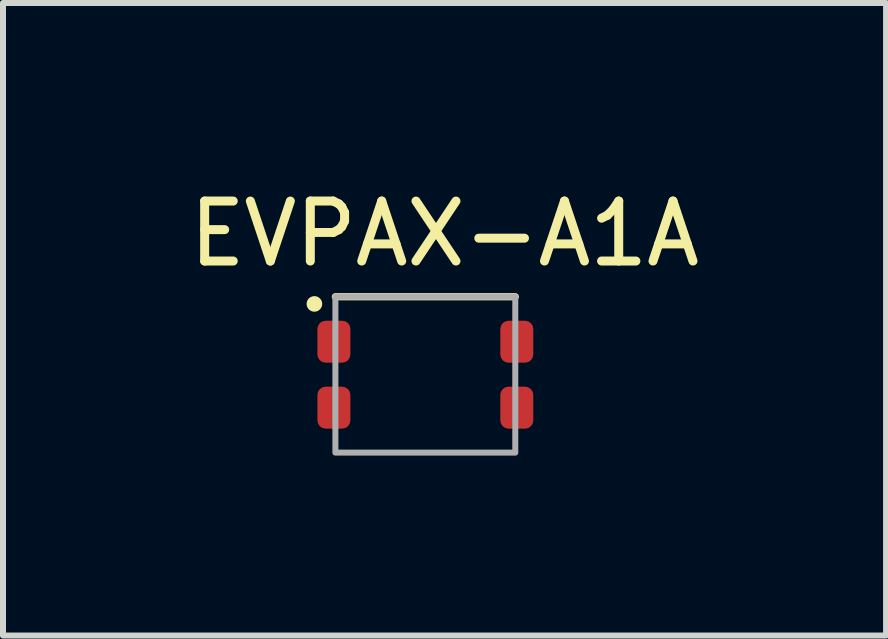
<source format=kicad_pcb>
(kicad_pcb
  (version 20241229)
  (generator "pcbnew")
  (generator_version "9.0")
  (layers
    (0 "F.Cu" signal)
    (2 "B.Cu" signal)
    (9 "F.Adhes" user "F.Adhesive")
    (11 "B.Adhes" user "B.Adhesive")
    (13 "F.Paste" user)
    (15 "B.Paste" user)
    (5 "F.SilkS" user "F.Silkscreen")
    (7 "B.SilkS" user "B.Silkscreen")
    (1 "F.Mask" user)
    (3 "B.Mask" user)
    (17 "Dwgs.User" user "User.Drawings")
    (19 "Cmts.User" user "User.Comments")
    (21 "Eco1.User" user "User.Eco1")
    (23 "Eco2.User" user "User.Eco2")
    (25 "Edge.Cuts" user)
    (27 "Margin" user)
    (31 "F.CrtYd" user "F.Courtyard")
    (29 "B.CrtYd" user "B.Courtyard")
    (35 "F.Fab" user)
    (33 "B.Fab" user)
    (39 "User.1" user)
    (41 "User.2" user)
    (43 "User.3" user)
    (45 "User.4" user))
  (footprint "EVPAX-A1A"
    (layer "F.Cu")
    (at 4.043 3.198)
    (property "Reference" "EVPAX-A1A" (at 0.32 -2.35 0) (unlocked yes) (layer "F.SilkS") (effects (font (size 1 1) (thickness 0.15))))
    (attr smd)
    (fp_line (start -1.5 -1.3) (end 1.5 -1.3) (stroke (width 0.12) (type default)) (layer "F.SilkS"))
    (fp_circle (center -1.85 -1.18) (end -1.78 -1.18) (stroke (width 0.12) (type solid)) (fill yes) (layer "F.SilkS"))
    (fp_rect (start -1.5 -1.3) (end 1.5 1.3) (stroke (width 0.1) (type default)) (fill no) (layer "F.Fab"))
    (pad "1" smd roundrect (at -1.525 -0.55) (size 0.55 0.7) (layers "F.Cu" "F.Mask" "F.Paste") (roundrect_rratio 0.25))
    (pad "2" smd roundrect (at -1.525 0.55) (size 0.55 0.7) (layers "F.Cu" "F.Mask" "F.Paste") (roundrect_rratio 0.25))
    (pad "3" smd roundrect (at 1.525 -0.55) (size 0.55 0.7) (layers "F.Cu" "F.Mask" "F.Paste") (roundrect_rratio 0.25))
    (pad "4" smd roundrect (at 1.525 0.55) (size 0.55 0.7) (layers "F.Cu" "F.Mask" "F.Paste") (roundrect_rratio 0.25)))
  (gr_rect
    (start -3 -3)
    (end 11.726 7.548)
    (stroke (width 0.1) (type default))
    (fill no)
    (layer "Edge.Cuts")))
</source>
